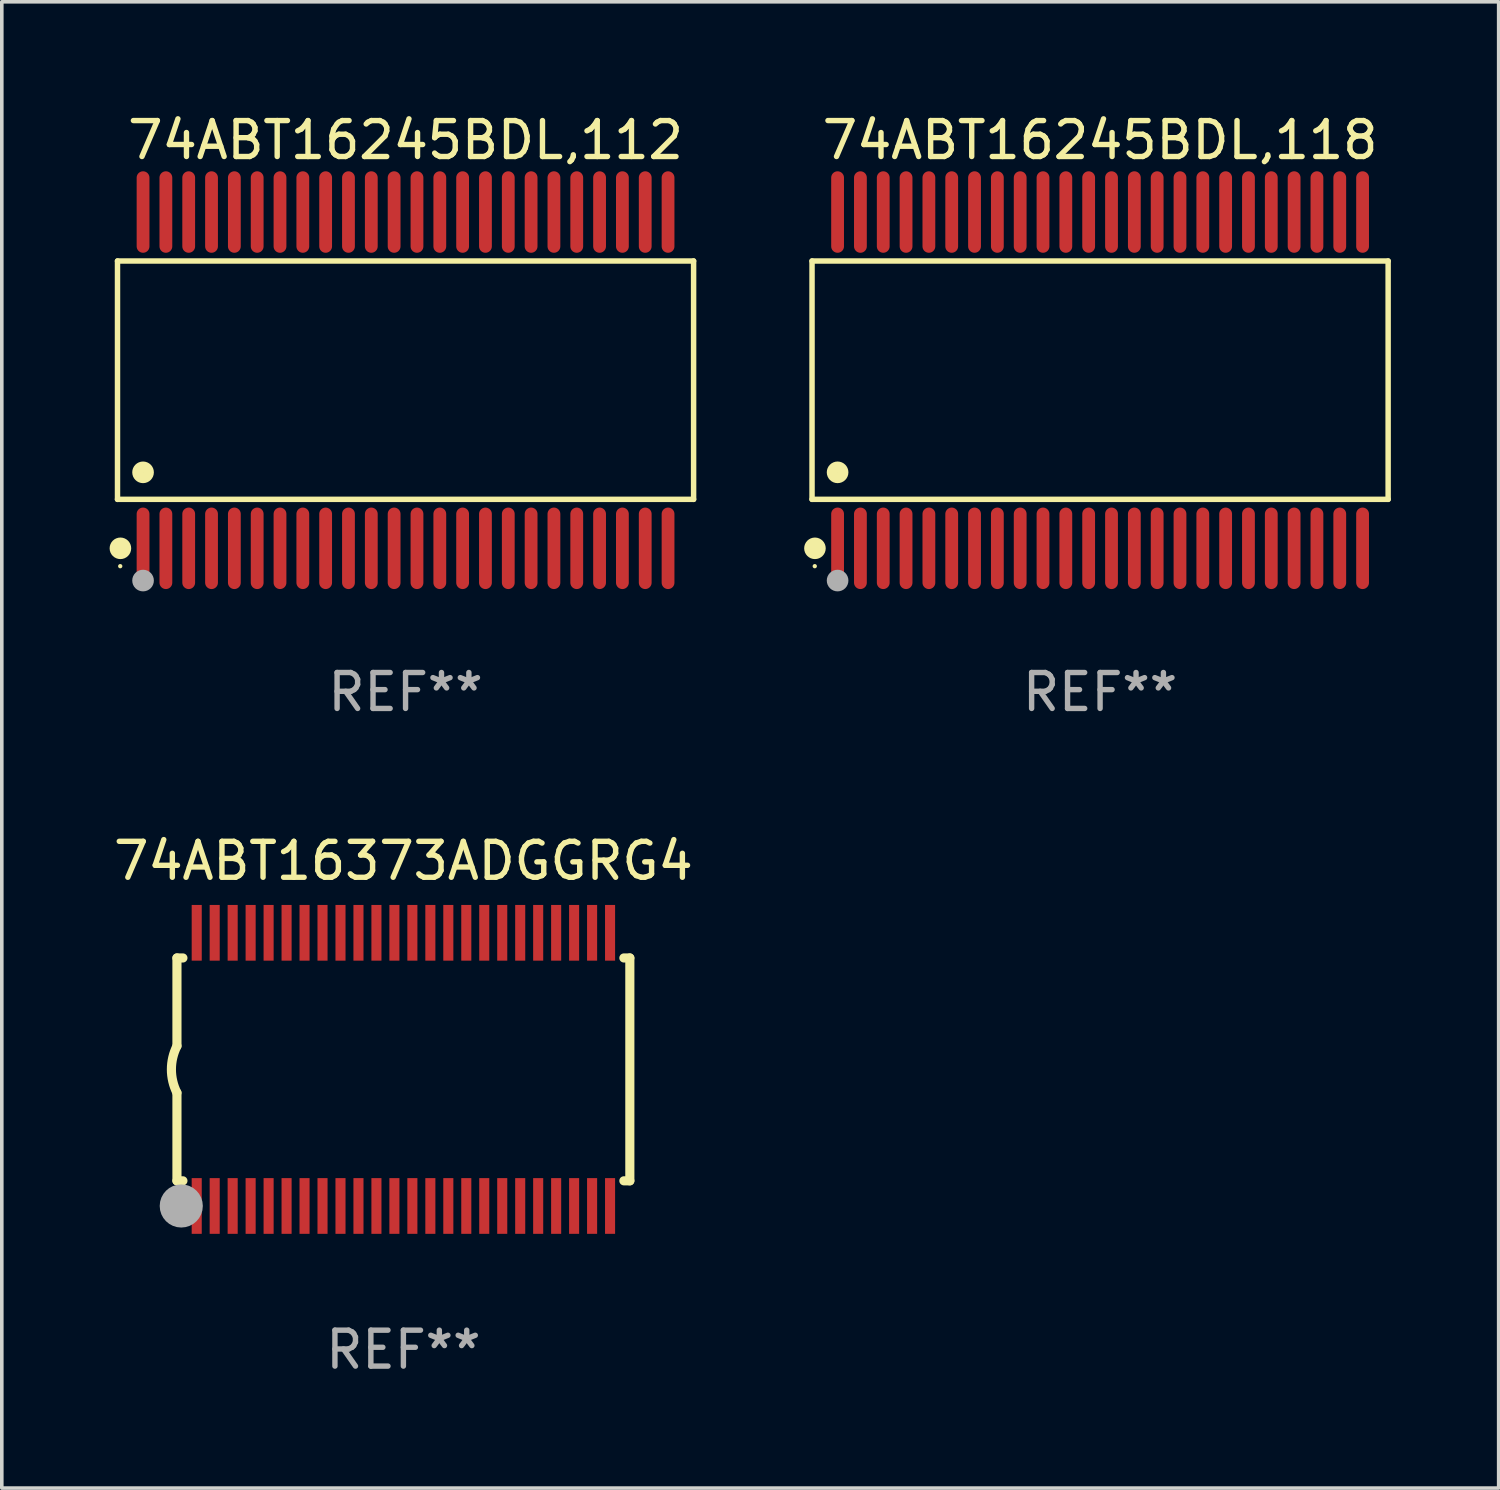
<source format=kicad_pcb>
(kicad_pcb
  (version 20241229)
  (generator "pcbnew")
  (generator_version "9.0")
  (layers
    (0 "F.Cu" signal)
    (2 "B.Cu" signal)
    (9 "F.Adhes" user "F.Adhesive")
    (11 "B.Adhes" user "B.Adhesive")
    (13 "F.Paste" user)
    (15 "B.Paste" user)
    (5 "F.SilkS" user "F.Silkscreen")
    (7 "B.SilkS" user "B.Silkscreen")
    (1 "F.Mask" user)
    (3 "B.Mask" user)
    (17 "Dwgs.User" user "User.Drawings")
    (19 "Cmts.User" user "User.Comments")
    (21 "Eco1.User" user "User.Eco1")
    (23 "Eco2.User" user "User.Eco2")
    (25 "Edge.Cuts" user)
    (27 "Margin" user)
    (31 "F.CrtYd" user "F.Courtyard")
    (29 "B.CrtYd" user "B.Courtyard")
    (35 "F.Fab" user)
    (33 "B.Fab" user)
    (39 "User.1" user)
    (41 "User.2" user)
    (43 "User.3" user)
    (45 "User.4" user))
  (footprint "74ABT16245BDL,118"
    (layer "F.Cu")
    (at 27.556 7.527)
    (property "Reference" "74ABT16245BDL,118" (at 0 -6.678 0) (layer "F.SilkS") (effects (font (size 1 1) (thickness 0.15))))
    (attr through_hole)
    (fp_line (start -8.014 -3.316) (end 8.014 -3.316) (stroke (width 0.152) (type solid)) (layer "F.SilkS"))
    (fp_line (start -8.014 3.316) (end -8.014 -3.316) (stroke (width 0.152) (type solid)) (layer "F.SilkS"))
    (fp_line (start 8.014 -3.316) (end 8.014 3.316) (stroke (width 0.152) (type solid)) (layer "F.SilkS"))
    (fp_line (start 8.014 3.316) (end -8.014 3.316) (stroke (width 0.152) (type solid)) (layer "F.SilkS"))
    (fp_circle (center -7.938 5.175) (end -7.908 5.175) (stroke (width 0.06) (type solid)) (fill no) (layer "F.SilkS"))
    (fp_circle (center -7.933 4.678) (end -7.783 4.678) (stroke (width 0.3) (type solid)) (fill no) (layer "F.SilkS"))
    (fp_circle (center -7.303 2.564) (end -7.152 2.564) (stroke (width 0.3) (type solid)) (fill no) (layer "F.SilkS"))
    (fp_circle (center -7.303 5.575) (end -7.152 5.575) (stroke (width 0.3) (type solid)) (fill no) (layer "F.Fab"))
    (fp_text user "REF**" (at 0 8.678 0) (layer "F.Fab") (effects (font (size 1 1) (thickness 0.15))))
    (pad "1" smd oval (at -7.303 4.678) (size 0.356 2.267) (layers "F.Cu" "F.Mask" "F.Paste"))
    (pad "2" smd oval (at -6.668 4.678) (size 0.356 2.267) (layers "F.Cu" "F.Mask" "F.Paste"))
    (pad "3" smd oval (at -6.033 4.678) (size 0.356 2.267) (layers "F.Cu" "F.Mask" "F.Paste"))
    (pad "4" smd oval (at -5.398 4.678) (size 0.356 2.267) (layers "F.Cu" "F.Mask" "F.Paste"))
    (pad "5" smd oval (at -4.763 4.678) (size 0.356 2.267) (layers "F.Cu" "F.Mask" "F.Paste"))
    (pad "6" smd oval (at -4.128 4.678) (size 0.356 2.267) (layers "F.Cu" "F.Mask" "F.Paste"))
    (pad "7" smd oval (at -3.493 4.678) (size 0.356 2.267) (layers "F.Cu" "F.Mask" "F.Paste"))
    (pad "8" smd oval (at -2.858 4.678) (size 0.356 2.267) (layers "F.Cu" "F.Mask" "F.Paste"))
    (pad "9" smd oval (at -2.223 4.678) (size 0.356 2.267) (layers "F.Cu" "F.Mask" "F.Paste"))
    (pad "10" smd oval (at -1.588 4.678) (size 0.356 2.267) (layers "F.Cu" "F.Mask" "F.Paste"))
    (pad "11" smd oval (at -0.953 4.678) (size 0.356 2.267) (layers "F.Cu" "F.Mask" "F.Paste"))
    (pad "12" smd oval (at -0.318 4.678) (size 0.356 2.267) (layers "F.Cu" "F.Mask" "F.Paste"))
    (pad "13" smd oval (at 0.318 4.678) (size 0.356 2.267) (layers "F.Cu" "F.Mask" "F.Paste"))
    (pad "14" smd oval (at 0.953 4.678) (size 0.356 2.267) (layers "F.Cu" "F.Mask" "F.Paste"))
    (pad "15" smd oval (at 1.588 4.678) (size 0.356 2.267) (layers "F.Cu" "F.Mask" "F.Paste"))
    (pad "16" smd oval (at 2.223 4.678) (size 0.356 2.267) (layers "F.Cu" "F.Mask" "F.Paste"))
    (pad "17" smd oval (at 2.858 4.678) (size 0.356 2.267) (layers "F.Cu" "F.Mask" "F.Paste"))
    (pad "18" smd oval (at 3.493 4.678) (size 0.356 2.267) (layers "F.Cu" "F.Mask" "F.Paste"))
    (pad "19" smd oval (at 4.128 4.678) (size 0.356 2.267) (layers "F.Cu" "F.Mask" "F.Paste"))
    (pad "20" smd oval (at 4.763 4.678) (size 0.356 2.267) (layers "F.Cu" "F.Mask" "F.Paste"))
    (pad "21" smd oval (at 5.398 4.678) (size 0.356 2.267) (layers "F.Cu" "F.Mask" "F.Paste"))
    (pad "22" smd oval (at 6.033 4.678) (size 0.356 2.267) (layers "F.Cu" "F.Mask" "F.Paste"))
    (pad "23" smd oval (at 6.668 4.678) (size 0.356 2.267) (layers "F.Cu" "F.Mask" "F.Paste"))
    (pad "24" smd oval (at 7.303 4.678) (size 0.356 2.267) (layers "F.Cu" "F.Mask" "F.Paste"))
    (pad "25" smd oval (at 7.303 -4.678) (size 0.356 2.267) (layers "F.Cu" "F.Mask" "F.Paste"))
    (pad "26" smd oval (at 6.668 -4.678) (size 0.356 2.267) (layers "F.Cu" "F.Mask" "F.Paste"))
    (pad "27" smd oval (at 6.033 -4.678) (size 0.356 2.267) (layers "F.Cu" "F.Mask" "F.Paste"))
    (pad "28" smd oval (at 5.398 -4.678) (size 0.356 2.267) (layers "F.Cu" "F.Mask" "F.Paste"))
    (pad "29" smd oval (at 4.763 -4.678) (size 0.356 2.267) (layers "F.Cu" "F.Mask" "F.Paste"))
    (pad "30" smd oval (at 4.128 -4.678) (size 0.356 2.267) (layers "F.Cu" "F.Mask" "F.Paste"))
    (pad "31" smd oval (at 3.493 -4.678) (size 0.356 2.267) (layers "F.Cu" "F.Mask" "F.Paste"))
    (pad "32" smd oval (at 2.858 -4.678) (size 0.356 2.267) (layers "F.Cu" "F.Mask" "F.Paste"))
    (pad "33" smd oval (at 2.223 -4.678) (size 0.356 2.267) (layers "F.Cu" "F.Mask" "F.Paste"))
    (pad "34" smd oval (at 1.588 -4.678) (size 0.356 2.267) (layers "F.Cu" "F.Mask" "F.Paste"))
    (pad "35" smd oval (at 0.953 -4.678) (size 0.356 2.267) (layers "F.Cu" "F.Mask" "F.Paste"))
    (pad "36" smd oval (at 0.318 -4.678) (size 0.356 2.267) (layers "F.Cu" "F.Mask" "F.Paste"))
    (pad "37" smd oval (at -0.318 -4.678) (size 0.356 2.267) (layers "F.Cu" "F.Mask" "F.Paste"))
    (pad "38" smd oval (at -0.953 -4.678) (size 0.356 2.267) (layers "F.Cu" "F.Mask" "F.Paste"))
    (pad "39" smd oval (at -1.588 -4.678) (size 0.356 2.267) (layers "F.Cu" "F.Mask" "F.Paste"))
    (pad "40" smd oval (at -2.223 -4.678) (size 0.356 2.267) (layers "F.Cu" "F.Mask" "F.Paste"))
    (pad "41" smd oval (at -2.858 -4.678) (size 0.356 2.267) (layers "F.Cu" "F.Mask" "F.Paste"))
    (pad "42" smd oval (at -3.493 -4.678) (size 0.356 2.267) (layers "F.Cu" "F.Mask" "F.Paste"))
    (pad "43" smd oval (at -4.128 -4.678) (size 0.356 2.267) (layers "F.Cu" "F.Mask" "F.Paste"))
    (pad "44" smd oval (at -4.763 -4.678) (size 0.356 2.267) (layers "F.Cu" "F.Mask" "F.Paste"))
    (pad "45" smd oval (at -5.398 -4.678) (size 0.356 2.267) (layers "F.Cu" "F.Mask" "F.Paste"))
    (pad "46" smd oval (at -6.033 -4.678) (size 0.356 2.267) (layers "F.Cu" "F.Mask" "F.Paste"))
    (pad "47" smd oval (at -6.668 -4.678) (size 0.356 2.267) (layers "F.Cu" "F.Mask" "F.Paste"))
    (pad "48" smd oval (at -7.303 -4.678) (size 0.356 2.267) (layers "F.Cu" "F.Mask" "F.Paste")))
  (footprint "74ABT16373ADGGRG4"
    (layer "F.Cu")
    (at 8.173 26.702)
    (property "Reference" "74ABT16373ADGGRG4" (at 0 -5.8 0) (layer "F.SilkS") (effects (font (size 1 1) (thickness 0.15))))
    (attr through_hole)
    (fp_line (start -6.3 -3.1) (end -6.3 -0.65) (stroke (width 0.254) (type solid)) (layer "F.SilkS"))
    (fp_line (start -6.3 -3.1) (end -6.134 -3.1) (stroke (width 0.254) (type solid)) (layer "F.SilkS"))
    (fp_line (start -6.3 3.1) (end -6.3 0.65) (stroke (width 0.254) (type solid)) (layer "F.SilkS"))
    (fp_line (start -6.3 3.1) (end -6.134 3.1) (stroke (width 0.254) (type solid)) (layer "F.SilkS"))
    (fp_line (start 6.134 -3.1) (end 6.3 -3.1) (stroke (width 0.254) (type solid)) (layer "F.SilkS"))
    (fp_line (start 6.134 3.1) (end 6.3 3.1) (stroke (width 0.254) (type solid)) (layer "F.SilkS"))
    (fp_line (start 6.3 -3.1) (end 6.3 3.1) (stroke (width 0.254) (type solid)) (layer "F.SilkS"))
    (fp_arc (start -6.301016 0.650114) (mid -6.45413 -0.000082) (end -6.3 -0.650038) (stroke (width 0.254001) (type solid)) (layer "F.SilkS"))
    (fp_circle (center -6.35 3.81) (end -6.223 3.81) (stroke (width 0.254) (type solid)) (fill no) (layer "F.SilkS"))
    (fp_circle (center -6.25 4.05) (end -6.22 4.05) (stroke (width 0.06) (type solid)) (fill no) (layer "F.SilkS"))
    (fp_circle (center -6.18 3.8) (end -5.88 3.8) (stroke (width 0.6) (type solid)) (fill no) (layer "F.Fab"))
    (fp_text user "REF**" (at 0 7.8 0) (layer "F.Fab") (effects (font (size 1 1) (thickness 0.15))))
    (pad "1" smd rect (at -5.75 3.8) (size 0.28 1.55) (layers "F.Cu" "F.Mask" "F.Paste"))
    (pad "2" smd rect (at -5.25 3.8) (size 0.28 1.55) (layers "F.Cu" "F.Mask" "F.Paste"))
    (pad "3" smd rect (at -4.75 3.8) (size 0.28 1.55) (layers "F.Cu" "F.Mask" "F.Paste"))
    (pad "4" smd rect (at -4.25 3.8) (size 0.28 1.55) (layers "F.Cu" "F.Mask" "F.Paste"))
    (pad "5" smd rect (at -3.75 3.8) (size 0.28 1.55) (layers "F.Cu" "F.Mask" "F.Paste"))
    (pad "6" smd rect (at -3.25 3.8) (size 0.28 1.55) (layers "F.Cu" "F.Mask" "F.Paste"))
    (pad "7" smd rect (at -2.75 3.8) (size 0.28 1.55) (layers "F.Cu" "F.Mask" "F.Paste"))
    (pad "8" smd rect (at -2.25 3.8) (size 0.28 1.55) (layers "F.Cu" "F.Mask" "F.Paste"))
    (pad "9" smd rect (at -1.75 3.8) (size 0.28 1.55) (layers "F.Cu" "F.Mask" "F.Paste"))
    (pad "10" smd rect (at -1.25 3.8) (size 0.28 1.55) (layers "F.Cu" "F.Mask" "F.Paste"))
    (pad "11" smd rect (at -0.75 3.8) (size 0.28 1.55) (layers "F.Cu" "F.Mask" "F.Paste"))
    (pad "12" smd rect (at -0.25 3.8) (size 0.28 1.55) (layers "F.Cu" "F.Mask" "F.Paste"))
    (pad "13" smd rect (at 0.25 3.8) (size 0.28 1.55) (layers "F.Cu" "F.Mask" "F.Paste"))
    (pad "14" smd rect (at 0.75 3.8) (size 0.28 1.55) (layers "F.Cu" "F.Mask" "F.Paste"))
    (pad "15" smd rect (at 1.25 3.8) (size 0.28 1.55) (layers "F.Cu" "F.Mask" "F.Paste"))
    (pad "16" smd rect (at 1.75 3.8) (size 0.28 1.55) (layers "F.Cu" "F.Mask" "F.Paste"))
    (pad "17" smd rect (at 2.25 3.8) (size 0.28 1.55) (layers "F.Cu" "F.Mask" "F.Paste"))
    (pad "18" smd rect (at 2.75 3.8) (size 0.28 1.55) (layers "F.Cu" "F.Mask" "F.Paste"))
    (pad "19" smd rect (at 3.25 3.8) (size 0.28 1.55) (layers "F.Cu" "F.Mask" "F.Paste"))
    (pad "20" smd rect (at 3.75 3.8) (size 0.28 1.55) (layers "F.Cu" "F.Mask" "F.Paste"))
    (pad "21" smd rect (at 4.25 3.8) (size 0.28 1.55) (layers "F.Cu" "F.Mask" "F.Paste"))
    (pad "22" smd rect (at 4.75 3.8) (size 0.28 1.55) (layers "F.Cu" "F.Mask" "F.Paste"))
    (pad "23" smd rect (at 5.25 3.8) (size 0.28 1.55) (layers "F.Cu" "F.Mask" "F.Paste"))
    (pad "24" smd rect (at 5.75 3.8) (size 0.28 1.55) (layers "F.Cu" "F.Mask" "F.Paste"))
    (pad "25" smd rect (at 5.75 -3.8) (size 0.28 1.55) (layers "F.Cu" "F.Mask" "F.Paste"))
    (pad "26" smd rect (at 5.25 -3.8) (size 0.28 1.55) (layers "F.Cu" "F.Mask" "F.Paste"))
    (pad "27" smd rect (at 4.75 -3.8) (size 0.28 1.55) (layers "F.Cu" "F.Mask" "F.Paste"))
    (pad "28" smd rect (at 4.25 -3.8) (size 0.28 1.55) (layers "F.Cu" "F.Mask" "F.Paste"))
    (pad "29" smd rect (at 3.75 -3.8) (size 0.28 1.55) (layers "F.Cu" "F.Mask" "F.Paste"))
    (pad "30" smd rect (at 3.25 -3.8) (size 0.28 1.55) (layers "F.Cu" "F.Mask" "F.Paste"))
    (pad "31" smd rect (at 2.75 -3.8) (size 0.28 1.55) (layers "F.Cu" "F.Mask" "F.Paste"))
    (pad "32" smd rect (at 2.25 -3.8) (size 0.28 1.55) (layers "F.Cu" "F.Mask" "F.Paste"))
    (pad "33" smd rect (at 1.75 -3.8) (size 0.28 1.55) (layers "F.Cu" "F.Mask" "F.Paste"))
    (pad "34" smd rect (at 1.25 -3.8) (size 0.28 1.55) (layers "F.Cu" "F.Mask" "F.Paste"))
    (pad "35" smd rect (at 0.75 -3.8) (size 0.28 1.55) (layers "F.Cu" "F.Mask" "F.Paste"))
    (pad "36" smd rect (at 0.25 -3.8) (size 0.28 1.55) (layers "F.Cu" "F.Mask" "F.Paste"))
    (pad "37" smd rect (at -0.25 -3.8) (size 0.28 1.55) (layers "F.Cu" "F.Mask" "F.Paste"))
    (pad "38" smd rect (at -0.75 -3.8) (size 0.28 1.55) (layers "F.Cu" "F.Mask" "F.Paste"))
    (pad "39" smd rect (at -1.25 -3.8) (size 0.28 1.55) (layers "F.Cu" "F.Mask" "F.Paste"))
    (pad "40" smd rect (at -1.75 -3.8) (size 0.28 1.55) (layers "F.Cu" "F.Mask" "F.Paste"))
    (pad "41" smd rect (at -2.25 -3.8) (size 0.28 1.55) (layers "F.Cu" "F.Mask" "F.Paste"))
    (pad "42" smd rect (at -2.75 -3.8) (size 0.28 1.55) (layers "F.Cu" "F.Mask" "F.Paste"))
    (pad "43" smd rect (at -3.25 -3.8) (size 0.28 1.55) (layers "F.Cu" "F.Mask" "F.Paste"))
    (pad "44" smd rect (at -3.75 -3.8) (size 0.28 1.55) (layers "F.Cu" "F.Mask" "F.Paste"))
    (pad "45" smd rect (at -4.25 -3.8) (size 0.28 1.55) (layers "F.Cu" "F.Mask" "F.Paste"))
    (pad "46" smd rect (at -4.75 -3.8) (size 0.28 1.55) (layers "F.Cu" "F.Mask" "F.Paste"))
    (pad "47" smd rect (at -5.25 -3.8) (size 0.28 1.55) (layers "F.Cu" "F.Mask" "F.Paste"))
    (pad "48" smd rect (at -5.75 -3.8) (size 0.28 1.55) (layers "F.Cu" "F.Mask" "F.Paste")))
  (footprint "74ABT16245BDL,112"
    (layer "F.Cu")
    (at 8.233 7.527)
    (property "Reference" "74ABT16245BDL,112" (at 0 -6.678 0) (layer "F.SilkS") (effects (font (size 1 1) (thickness 0.15))))
    (attr through_hole)
    (fp_line (start -8.014 -3.316) (end 8.014 -3.316) (stroke (width 0.152) (type solid)) (layer "F.SilkS"))
    (fp_line (start -8.014 3.316) (end -8.014 -3.316) (stroke (width 0.152) (type solid)) (layer "F.SilkS"))
    (fp_line (start 8.014 -3.316) (end 8.014 3.316) (stroke (width 0.152) (type solid)) (layer "F.SilkS"))
    (fp_line (start 8.014 3.316) (end -8.014 3.316) (stroke (width 0.152) (type solid)) (layer "F.SilkS"))
    (fp_circle (center -7.938 5.175) (end -7.908 5.175) (stroke (width 0.06) (type solid)) (fill no) (layer "F.SilkS"))
    (fp_circle (center -7.933 4.678) (end -7.783 4.678) (stroke (width 0.3) (type solid)) (fill no) (layer "F.SilkS"))
    (fp_circle (center -7.303 2.564) (end -7.152 2.564) (stroke (width 0.3) (type solid)) (fill no) (layer "F.SilkS"))
    (fp_circle (center -7.303 5.575) (end -7.152 5.575) (stroke (width 0.3) (type solid)) (fill no) (layer "F.Fab"))
    (fp_text user "REF**" (at 0 8.678 0) (layer "F.Fab") (effects (font (size 1 1) (thickness 0.15))))
    (pad "1" smd oval (at -7.303 4.678) (size 0.356 2.267) (layers "F.Cu" "F.Mask" "F.Paste"))
    (pad "2" smd oval (at -6.668 4.678) (size 0.356 2.267) (layers "F.Cu" "F.Mask" "F.Paste"))
    (pad "3" smd oval (at -6.033 4.678) (size 0.356 2.267) (layers "F.Cu" "F.Mask" "F.Paste"))
    (pad "4" smd oval (at -5.398 4.678) (size 0.356 2.267) (layers "F.Cu" "F.Mask" "F.Paste"))
    (pad "5" smd oval (at -4.763 4.678) (size 0.356 2.267) (layers "F.Cu" "F.Mask" "F.Paste"))
    (pad "6" smd oval (at -4.128 4.678) (size 0.356 2.267) (layers "F.Cu" "F.Mask" "F.Paste"))
    (pad "7" smd oval (at -3.493 4.678) (size 0.356 2.267) (layers "F.Cu" "F.Mask" "F.Paste"))
    (pad "8" smd oval (at -2.858 4.678) (size 0.356 2.267) (layers "F.Cu" "F.Mask" "F.Paste"))
    (pad "9" smd oval (at -2.223 4.678) (size 0.356 2.267) (layers "F.Cu" "F.Mask" "F.Paste"))
    (pad "10" smd oval (at -1.588 4.678) (size 0.356 2.267) (layers "F.Cu" "F.Mask" "F.Paste"))
    (pad "11" smd oval (at -0.953 4.678) (size 0.356 2.267) (layers "F.Cu" "F.Mask" "F.Paste"))
    (pad "12" smd oval (at -0.318 4.678) (size 0.356 2.267) (layers "F.Cu" "F.Mask" "F.Paste"))
    (pad "13" smd oval (at 0.318 4.678) (size 0.356 2.267) (layers "F.Cu" "F.Mask" "F.Paste"))
    (pad "14" smd oval (at 0.953 4.678) (size 0.356 2.267) (layers "F.Cu" "F.Mask" "F.Paste"))
    (pad "15" smd oval (at 1.588 4.678) (size 0.356 2.267) (layers "F.Cu" "F.Mask" "F.Paste"))
    (pad "16" smd oval (at 2.223 4.678) (size 0.356 2.267) (layers "F.Cu" "F.Mask" "F.Paste"))
    (pad "17" smd oval (at 2.858 4.678) (size 0.356 2.267) (layers "F.Cu" "F.Mask" "F.Paste"))
    (pad "18" smd oval (at 3.493 4.678) (size 0.356 2.267) (layers "F.Cu" "F.Mask" "F.Paste"))
    (pad "19" smd oval (at 4.128 4.678) (size 0.356 2.267) (layers "F.Cu" "F.Mask" "F.Paste"))
    (pad "20" smd oval (at 4.763 4.678) (size 0.356 2.267) (layers "F.Cu" "F.Mask" "F.Paste"))
    (pad "21" smd oval (at 5.398 4.678) (size 0.356 2.267) (layers "F.Cu" "F.Mask" "F.Paste"))
    (pad "22" smd oval (at 6.033 4.678) (size 0.356 2.267) (layers "F.Cu" "F.Mask" "F.Paste"))
    (pad "23" smd oval (at 6.668 4.678) (size 0.356 2.267) (layers "F.Cu" "F.Mask" "F.Paste"))
    (pad "24" smd oval (at 7.303 4.678) (size 0.356 2.267) (layers "F.Cu" "F.Mask" "F.Paste"))
    (pad "25" smd oval (at 7.303 -4.678) (size 0.356 2.267) (layers "F.Cu" "F.Mask" "F.Paste"))
    (pad "26" smd oval (at 6.668 -4.678) (size 0.356 2.267) (layers "F.Cu" "F.Mask" "F.Paste"))
    (pad "27" smd oval (at 6.033 -4.678) (size 0.356 2.267) (layers "F.Cu" "F.Mask" "F.Paste"))
    (pad "28" smd oval (at 5.398 -4.678) (size 0.356 2.267) (layers "F.Cu" "F.Mask" "F.Paste"))
    (pad "29" smd oval (at 4.763 -4.678) (size 0.356 2.267) (layers "F.Cu" "F.Mask" "F.Paste"))
    (pad "30" smd oval (at 4.128 -4.678) (size 0.356 2.267) (layers "F.Cu" "F.Mask" "F.Paste"))
    (pad "31" smd oval (at 3.493 -4.678) (size 0.356 2.267) (layers "F.Cu" "F.Mask" "F.Paste"))
    (pad "32" smd oval (at 2.858 -4.678) (size 0.356 2.267) (layers "F.Cu" "F.Mask" "F.Paste"))
    (pad "33" smd oval (at 2.223 -4.678) (size 0.356 2.267) (layers "F.Cu" "F.Mask" "F.Paste"))
    (pad "34" smd oval (at 1.588 -4.678) (size 0.356 2.267) (layers "F.Cu" "F.Mask" "F.Paste"))
    (pad "35" smd oval (at 0.953 -4.678) (size 0.356 2.267) (layers "F.Cu" "F.Mask" "F.Paste"))
    (pad "36" smd oval (at 0.318 -4.678) (size 0.356 2.267) (layers "F.Cu" "F.Mask" "F.Paste"))
    (pad "37" smd oval (at -0.318 -4.678) (size 0.356 2.267) (layers "F.Cu" "F.Mask" "F.Paste"))
    (pad "38" smd oval (at -0.953 -4.678) (size 0.356 2.267) (layers "F.Cu" "F.Mask" "F.Paste"))
    (pad "39" smd oval (at -1.588 -4.678) (size 0.356 2.267) (layers "F.Cu" "F.Mask" "F.Paste"))
    (pad "40" smd oval (at -2.223 -4.678) (size 0.356 2.267) (layers "F.Cu" "F.Mask" "F.Paste"))
    (pad "41" smd oval (at -2.858 -4.678) (size 0.356 2.267) (layers "F.Cu" "F.Mask" "F.Paste"))
    (pad "42" smd oval (at -3.493 -4.678) (size 0.356 2.267) (layers "F.Cu" "F.Mask" "F.Paste"))
    (pad "43" smd oval (at -4.128 -4.678) (size 0.356 2.267) (layers "F.Cu" "F.Mask" "F.Paste"))
    (pad "44" smd oval (at -4.763 -4.678) (size 0.356 2.267) (layers "F.Cu" "F.Mask" "F.Paste"))
    (pad "45" smd oval (at -5.398 -4.678) (size 0.356 2.267) (layers "F.Cu" "F.Mask" "F.Paste"))
    (pad "46" smd oval (at -6.033 -4.678) (size 0.356 2.267) (layers "F.Cu" "F.Mask" "F.Paste"))
    (pad "47" smd oval (at -6.668 -4.678) (size 0.356 2.267) (layers "F.Cu" "F.Mask" "F.Paste"))
    (pad "48" smd oval (at -7.303 -4.678) (size 0.356 2.267) (layers "F.Cu" "F.Mask" "F.Paste")))
  (gr_rect
    (start -3 -3)
    (end 38.645 38.35)
    (stroke (width 0.1) (type default))
    (fill no)
    (layer "Edge.Cuts")))
</source>
